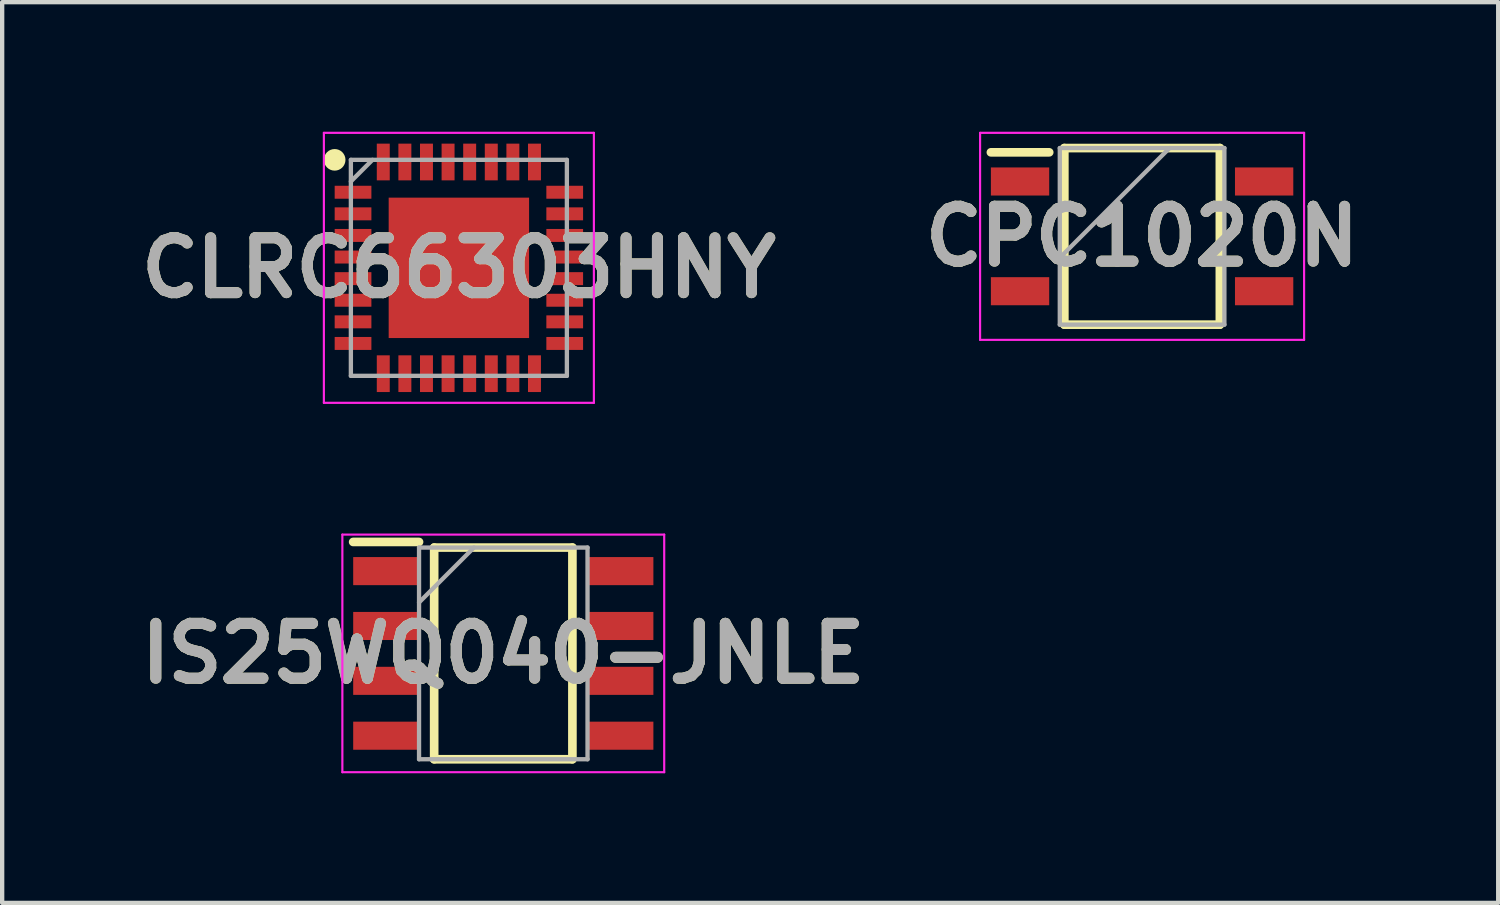
<source format=kicad_pcb>
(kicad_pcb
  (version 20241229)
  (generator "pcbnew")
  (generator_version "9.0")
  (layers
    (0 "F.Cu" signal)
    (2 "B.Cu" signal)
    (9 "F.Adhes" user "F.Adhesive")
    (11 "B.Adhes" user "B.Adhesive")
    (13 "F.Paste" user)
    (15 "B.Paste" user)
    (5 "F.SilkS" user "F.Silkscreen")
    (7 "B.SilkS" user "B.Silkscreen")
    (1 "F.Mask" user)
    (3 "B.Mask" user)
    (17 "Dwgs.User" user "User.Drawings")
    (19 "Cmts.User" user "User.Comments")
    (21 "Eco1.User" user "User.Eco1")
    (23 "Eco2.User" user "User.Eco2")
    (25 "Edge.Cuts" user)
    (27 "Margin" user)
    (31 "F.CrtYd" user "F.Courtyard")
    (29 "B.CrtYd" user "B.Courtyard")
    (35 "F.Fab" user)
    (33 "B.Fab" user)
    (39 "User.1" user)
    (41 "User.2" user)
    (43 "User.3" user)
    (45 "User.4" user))
  (footprint "IS25WQ040-JNLE"
    (layer "F.Cu")
    (at 8.6 12.075)
    (property "Reference" "IS25WQ040-JNLE" (at 0 0 0) (layer "F.SilkS") (effects (font (size 1.27 1.27) (thickness 0.254))))
    (attr smd)
    (fp_line (start -3.475 -2.58) (end -1.95 -2.58) (stroke (width 0.2) (type solid)) (layer "F.SilkS"))
    (fp_line (start -1.6 -2.45) (end 1.6 -2.45) (stroke (width 0.2) (type solid)) (layer "F.SilkS"))
    (fp_line (start -1.6 2.45) (end -1.6 -2.45) (stroke (width 0.2) (type solid)) (layer "F.SilkS"))
    (fp_line (start 1.6 -2.45) (end 1.6 2.45) (stroke (width 0.2) (type solid)) (layer "F.SilkS"))
    (fp_line (start 1.6 2.45) (end -1.6 2.45) (stroke (width 0.2) (type solid)) (layer "F.SilkS"))
    (fp_line (start -3.725 -2.75) (end 3.725 -2.75) (stroke (width 0.05) (type solid)) (layer "F.CrtYd"))
    (fp_line (start -3.725 2.75) (end -3.725 -2.75) (stroke (width 0.05) (type solid)) (layer "F.CrtYd"))
    (fp_line (start 3.725 -2.75) (end 3.725 2.75) (stroke (width 0.05) (type solid)) (layer "F.CrtYd"))
    (fp_line (start 3.725 2.75) (end -3.725 2.75) (stroke (width 0.05) (type solid)) (layer "F.CrtYd"))
    (fp_line (start -1.95 -2.45) (end 1.95 -2.45) (stroke (width 0.1) (type solid)) (layer "F.Fab"))
    (fp_line (start -1.95 -1.18) (end -0.68 -2.45) (stroke (width 0.1) (type solid)) (layer "F.Fab"))
    (fp_line (start -1.95 2.45) (end -1.95 -2.45) (stroke (width 0.1) (type solid)) (layer "F.Fab"))
    (fp_line (start 1.95 -2.45) (end 1.95 2.45) (stroke (width 0.1) (type solid)) (layer "F.Fab"))
    (fp_line (start 1.95 2.45) (end -1.95 2.45) (stroke (width 0.1) (type solid)) (layer "F.Fab"))
    (fp_text user "${REFERENCE}" (at 0 0 0) (layer "F.Fab") (effects (font (size 1.27 1.27) (thickness 0.254))))
    (pad "1" smd rect (at -2.712 -1.905 90) (size 0.65 1.525) (layers "F.Cu" "F.Mask" "F.Paste"))
    (pad "2" smd rect (at -2.712 -0.635 90) (size 0.65 1.525) (layers "F.Cu" "F.Mask" "F.Paste"))
    (pad "3" smd rect (at -2.712 0.635 90) (size 0.65 1.525) (layers "F.Cu" "F.Mask" "F.Paste"))
    (pad "4" smd rect (at -2.712 1.905 90) (size 0.65 1.525) (layers "F.Cu" "F.Mask" "F.Paste"))
    (pad "5" smd rect (at 2.712 1.905 90) (size 0.65 1.525) (layers "F.Cu" "F.Mask" "F.Paste"))
    (pad "6" smd rect (at 2.712 0.635 90) (size 0.65 1.525) (layers "F.Cu" "F.Mask" "F.Paste"))
    (pad "7" smd rect (at 2.712 -0.635 90) (size 0.65 1.525) (layers "F.Cu" "F.Mask" "F.Paste"))
    (pad "8" smd rect (at 2.712 -1.905 90) (size 0.65 1.525) (layers "F.Cu" "F.Mask" "F.Paste")))
  (footprint "CLRC66303HNY"
    (layer "F.Cu")
    (at 7.572 3.15)
    (property "Reference" "CLRC66303HNY" (at 0 0 0) (layer "F.SilkS") (effects (font (size 1.27 1.27) (thickness 0.254))))
    (attr smd)
    (fp_circle (center -2.875 -2.5) (end -2.875 -2.375) (stroke (width 0.25) (type solid)) (fill no) (layer "F.SilkS"))
    (fp_line (start -3.125 -3.125) (end 3.125 -3.125) (stroke (width 0.05) (type solid)) (layer "F.CrtYd"))
    (fp_line (start -3.125 3.125) (end -3.125 -3.125) (stroke (width 0.05) (type solid)) (layer "F.CrtYd"))
    (fp_line (start 3.125 -3.125) (end 3.125 3.125) (stroke (width 0.05) (type solid)) (layer "F.CrtYd"))
    (fp_line (start 3.125 3.125) (end -3.125 3.125) (stroke (width 0.05) (type solid)) (layer "F.CrtYd"))
    (fp_line (start -2.5 -2.5) (end 2.5 -2.5) (stroke (width 0.1) (type solid)) (layer "F.Fab"))
    (fp_line (start -2.5 -2) (end -2 -2.5) (stroke (width 0.1) (type solid)) (layer "F.Fab"))
    (fp_line (start -2.5 2.5) (end -2.5 -2.5) (stroke (width 0.1) (type solid)) (layer "F.Fab"))
    (fp_line (start 2.5 -2.5) (end 2.5 2.5) (stroke (width 0.1) (type solid)) (layer "F.Fab"))
    (fp_line (start 2.5 2.5) (end -2.5 2.5) (stroke (width 0.1) (type solid)) (layer "F.Fab"))
    (fp_text user "${REFERENCE}" (at 0 0 0) (layer "F.Fab") (effects (font (size 1.27 1.27) (thickness 0.254))))
    (pad "1" smd rect (at -2.45 -1.75 90) (size 0.3 0.85) (layers "F.Cu" "F.Mask" "F.Paste"))
    (pad "2" smd rect (at -2.45 -1.25 90) (size 0.3 0.85) (layers "F.Cu" "F.Mask" "F.Paste"))
    (pad "3" smd rect (at -2.45 -0.75 90) (size 0.3 0.85) (layers "F.Cu" "F.Mask" "F.Paste"))
    (pad "4" smd rect (at -2.45 -0.25 90) (size 0.3 0.85) (layers "F.Cu" "F.Mask" "F.Paste"))
    (pad "5" smd rect (at -2.45 0.25 90) (size 0.3 0.85) (layers "F.Cu" "F.Mask" "F.Paste"))
    (pad "6" smd rect (at -2.45 0.75 90) (size 0.3 0.85) (layers "F.Cu" "F.Mask" "F.Paste"))
    (pad "7" smd rect (at -2.45 1.25 90) (size 0.3 0.85) (layers "F.Cu" "F.Mask" "F.Paste"))
    (pad "8" smd rect (at -2.45 1.75 90) (size 0.3 0.85) (layers "F.Cu" "F.Mask" "F.Paste"))
    (pad "9" smd rect (at -1.75 2.45) (size 0.3 0.85) (layers "F.Cu" "F.Mask" "F.Paste"))
    (pad "10" smd rect (at -1.25 2.45) (size 0.3 0.85) (layers "F.Cu" "F.Mask" "F.Paste"))
    (pad "11" smd rect (at -0.75 2.45) (size 0.3 0.85) (layers "F.Cu" "F.Mask" "F.Paste"))
    (pad "12" smd rect (at -0.25 2.45) (size 0.3 0.85) (layers "F.Cu" "F.Mask" "F.Paste"))
    (pad "13" smd rect (at 0.25 2.45) (size 0.3 0.85) (layers "F.Cu" "F.Mask" "F.Paste"))
    (pad "14" smd rect (at 0.75 2.45) (size 0.3 0.85) (layers "F.Cu" "F.Mask" "F.Paste"))
    (pad "15" smd rect (at 1.25 2.45) (size 0.3 0.85) (layers "F.Cu" "F.Mask" "F.Paste"))
    (pad "16" smd rect (at 1.75 2.45) (size 0.3 0.85) (layers "F.Cu" "F.Mask" "F.Paste"))
    (pad "17" smd rect (at 2.45 1.75 90) (size 0.3 0.85) (layers "F.Cu" "F.Mask" "F.Paste"))
    (pad "18" smd rect (at 2.45 1.25 90) (size 0.3 0.85) (layers "F.Cu" "F.Mask" "F.Paste"))
    (pad "19" smd rect (at 2.45 0.75 90) (size 0.3 0.85) (layers "F.Cu" "F.Mask" "F.Paste"))
    (pad "20" smd rect (at 2.45 0.25 90) (size 0.3 0.85) (layers "F.Cu" "F.Mask" "F.Paste"))
    (pad "21" smd rect (at 2.45 -0.25 90) (size 0.3 0.85) (layers "F.Cu" "F.Mask" "F.Paste"))
    (pad "22" smd rect (at 2.45 -0.75 90) (size 0.3 0.85) (layers "F.Cu" "F.Mask" "F.Paste"))
    (pad "23" smd rect (at 2.45 -1.25 90) (size 0.3 0.85) (layers "F.Cu" "F.Mask" "F.Paste"))
    (pad "24" smd rect (at 2.45 -1.75 90) (size 0.3 0.85) (layers "F.Cu" "F.Mask" "F.Paste"))
    (pad "25" smd rect (at 1.75 -2.45) (size 0.3 0.85) (layers "F.Cu" "F.Mask" "F.Paste"))
    (pad "26" smd rect (at 1.25 -2.45) (size 0.3 0.85) (layers "F.Cu" "F.Mask" "F.Paste"))
    (pad "27" smd rect (at 0.75 -2.45) (size 0.3 0.85) (layers "F.Cu" "F.Mask" "F.Paste"))
    (pad "28" smd rect (at 0.25 -2.45) (size 0.3 0.85) (layers "F.Cu" "F.Mask" "F.Paste"))
    (pad "29" smd rect (at -0.25 -2.45) (size 0.3 0.85) (layers "F.Cu" "F.Mask" "F.Paste"))
    (pad "30" smd rect (at -0.75 -2.45) (size 0.3 0.85) (layers "F.Cu" "F.Mask" "F.Paste"))
    (pad "31" smd rect (at -1.25 -2.45) (size 0.3 0.85) (layers "F.Cu" "F.Mask" "F.Paste"))
    (pad "32" smd rect (at -1.75 -2.45) (size 0.3 0.85) (layers "F.Cu" "F.Mask" "F.Paste"))
    (pad "33" smd rect (at 0 0) (size 3.25 3.25) (layers "F.Cu" "F.Mask" "F.Paste")))
  (footprint "CPC1020N"
    (layer "F.Cu")
    (at 23.387 2.421)
    (property "Reference" "CPC1020N" (at 0 0 0) (layer "F.SilkS") (effects (font (size 1.27 1.27) (thickness 0.254))))
    (attr smd)
    (fp_line (start -3.5 -1.945) (end -2.15 -1.945) (stroke (width 0.2) (type solid)) (layer "F.SilkS"))
    (fp_line (start -1.8 -2.044) (end 1.8 -2.044) (stroke (width 0.2) (type solid)) (layer "F.SilkS"))
    (fp_line (start -1.8 2.044) (end -1.8 -2.044) (stroke (width 0.2) (type solid)) (layer "F.SilkS"))
    (fp_line (start 1.8 -2.044) (end 1.8 2.044) (stroke (width 0.2) (type solid)) (layer "F.SilkS"))
    (fp_line (start 1.8 2.044) (end -1.8 2.044) (stroke (width 0.2) (type solid)) (layer "F.SilkS"))
    (fp_line (start -3.75 -2.396) (end 3.75 -2.396) (stroke (width 0.05) (type solid)) (layer "F.CrtYd"))
    (fp_line (start -3.75 2.396) (end -3.75 -2.396) (stroke (width 0.05) (type solid)) (layer "F.CrtYd"))
    (fp_line (start 3.75 -2.396) (end 3.75 2.396) (stroke (width 0.05) (type solid)) (layer "F.CrtYd"))
    (fp_line (start 3.75 2.396) (end -3.75 2.396) (stroke (width 0.05) (type solid)) (layer "F.CrtYd"))
    (fp_line (start -1.905 -2.044) (end 1.905 -2.044) (stroke (width 0.1) (type solid)) (layer "F.Fab"))
    (fp_line (start -1.905 0.496) (end 0.635 -2.044) (stroke (width 0.1) (type solid)) (layer "F.Fab"))
    (fp_line (start -1.905 2.044) (end -1.905 -2.044) (stroke (width 0.1) (type solid)) (layer "F.Fab"))
    (fp_line (start 1.905 -2.044) (end 1.905 2.044) (stroke (width 0.1) (type solid)) (layer "F.Fab"))
    (fp_line (start 1.905 2.044) (end -1.905 2.044) (stroke (width 0.1) (type solid)) (layer "F.Fab"))
    (fp_text user "${REFERENCE}" (at 0 0 0) (layer "F.Fab") (effects (font (size 1.27 1.27) (thickness 0.254))))
    (pad "1" smd rect (at -2.825 -1.27 90) (size 0.65 1.35) (layers "F.Cu" "F.Mask" "F.Paste"))
    (pad "2" smd rect (at -2.825 1.27 90) (size 0.65 1.35) (layers "F.Cu" "F.Mask" "F.Paste"))
    (pad "3" smd rect (at 2.825 1.27 90) (size 0.65 1.35) (layers "F.Cu" "F.Mask" "F.Paste"))
    (pad "4" smd rect (at 2.825 -1.27 90) (size 0.65 1.35) (layers "F.Cu" "F.Mask" "F.Paste")))
  (gr_rect
    (start -3 -3)
    (end 31.63 17.85)
    (stroke (width 0.1) (type default))
    (fill no)
    (layer "Edge.Cuts")))
</source>
